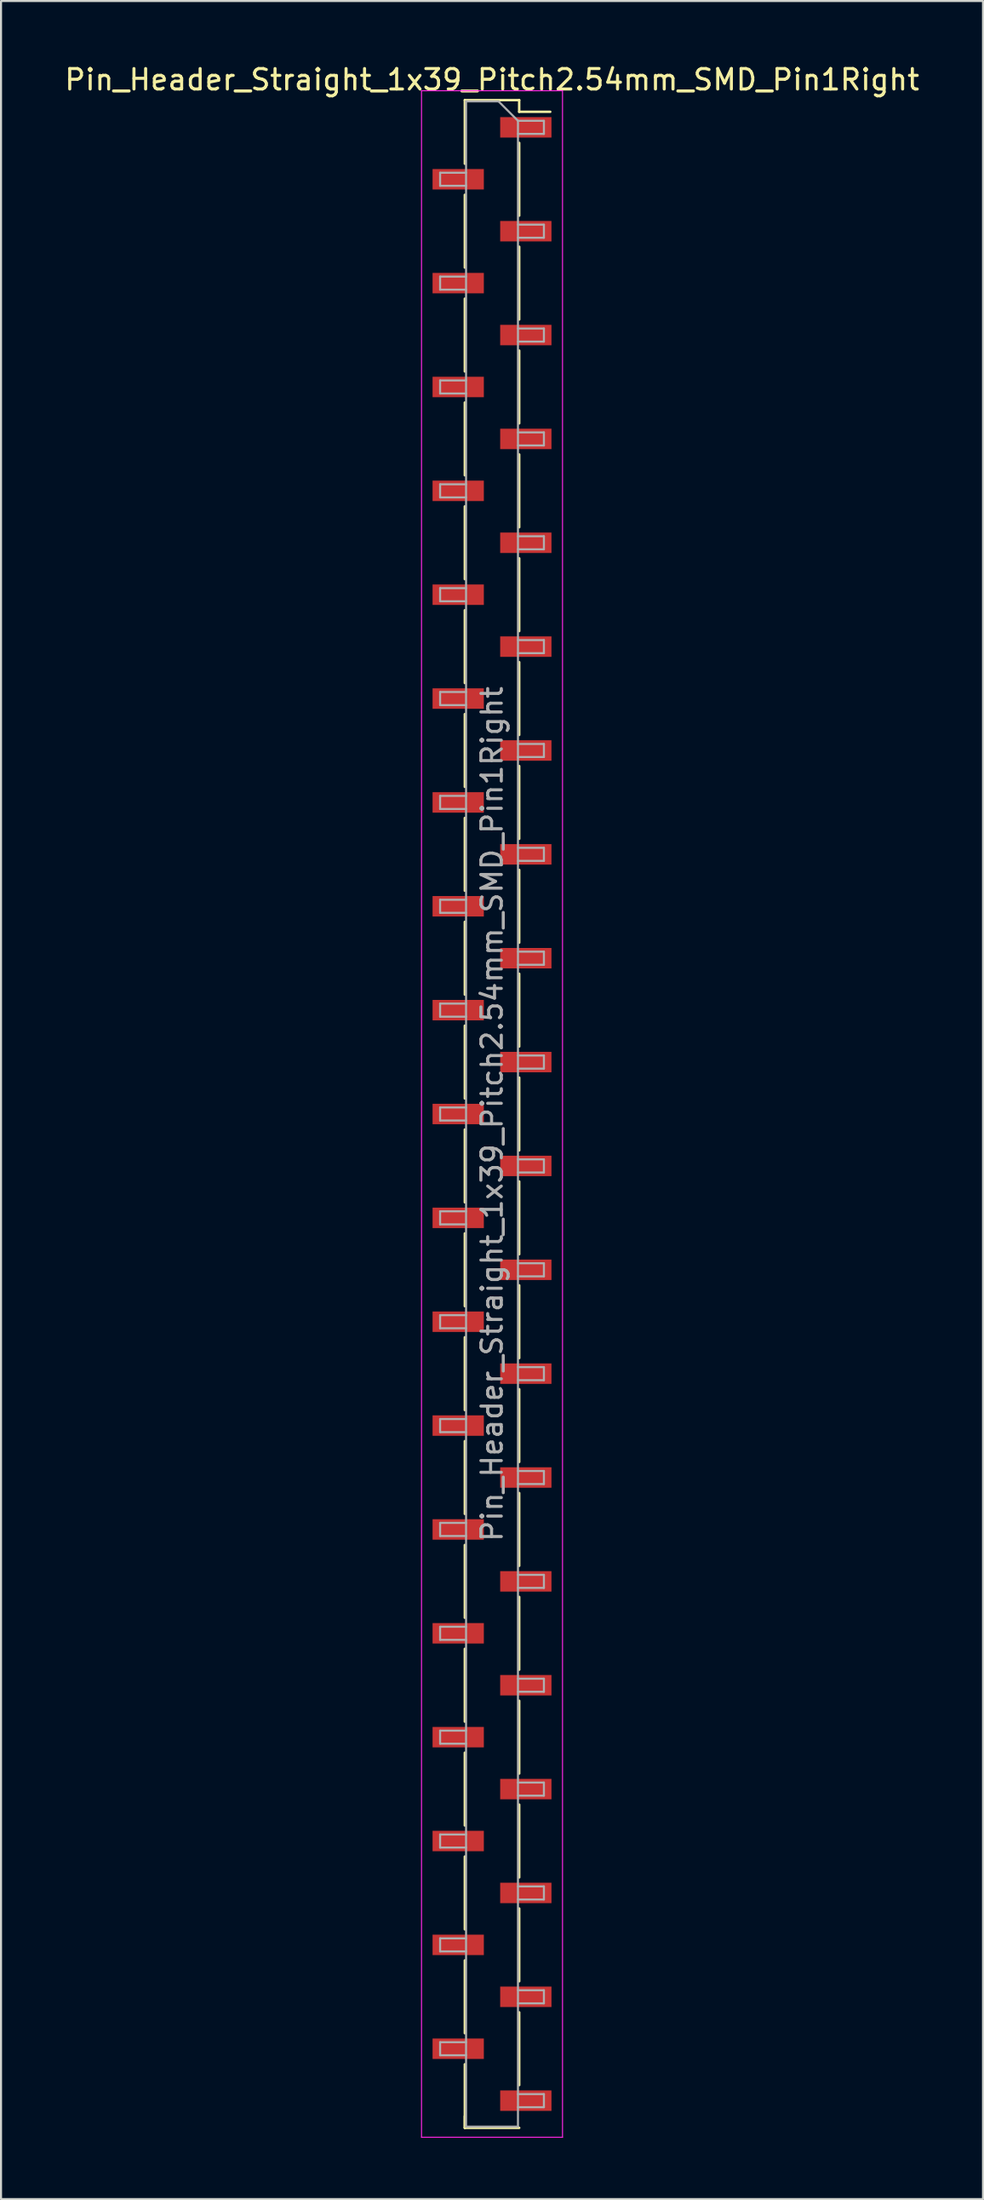
<source format=kicad_pcb>
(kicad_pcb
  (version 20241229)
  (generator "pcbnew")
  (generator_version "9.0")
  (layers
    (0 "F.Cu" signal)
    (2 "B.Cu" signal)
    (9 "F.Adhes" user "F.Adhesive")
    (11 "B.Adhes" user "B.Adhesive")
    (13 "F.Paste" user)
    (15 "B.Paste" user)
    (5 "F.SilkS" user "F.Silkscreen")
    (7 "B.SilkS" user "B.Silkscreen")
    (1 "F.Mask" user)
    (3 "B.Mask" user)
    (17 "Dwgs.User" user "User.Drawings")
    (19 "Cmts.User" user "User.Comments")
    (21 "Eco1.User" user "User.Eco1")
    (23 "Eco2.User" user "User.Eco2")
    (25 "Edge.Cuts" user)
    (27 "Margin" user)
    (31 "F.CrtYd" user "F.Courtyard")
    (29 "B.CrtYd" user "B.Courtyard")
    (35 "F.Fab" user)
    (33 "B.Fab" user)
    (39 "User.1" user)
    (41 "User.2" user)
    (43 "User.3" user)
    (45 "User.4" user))
  (footprint "Pin_Header_Straight_1x39_Pitch2.54mm_SMD_Pin1Right"
    (layer "F.Cu")
    (at 21.03 51.438)
    (property "Reference" "Pin_Header_Straight_1x39_Pitch2.54mm_SMD_Pin1Right" (at 0 -50.59 0) (layer "F.SilkS") (effects (font (size 1 1) (thickness 0.15))))
    (attr smd)
    (fp_line (start -1.33 -49.59) (end -1.33 -46.48) (stroke (width 0.12) (type solid)) (layer "F.SilkS"))
    (fp_line (start -1.33 -49.59) (end 1.33 -49.59) (stroke (width 0.12) (type solid)) (layer "F.SilkS"))
    (fp_line (start -1.33 -44.96) (end -1.33 -41.4) (stroke (width 0.12) (type solid)) (layer "F.SilkS"))
    (fp_line (start -1.33 -39.88) (end -1.33 -36.32) (stroke (width 0.12) (type solid)) (layer "F.SilkS"))
    (fp_line (start -1.33 -34.8) (end -1.33 -31.24) (stroke (width 0.12) (type solid)) (layer "F.SilkS"))
    (fp_line (start -1.33 -29.72) (end -1.33 -26.16) (stroke (width 0.12) (type solid)) (layer "F.SilkS"))
    (fp_line (start -1.33 -24.64) (end -1.33 -21.08) (stroke (width 0.12) (type solid)) (layer "F.SilkS"))
    (fp_line (start -1.33 -19.56) (end -1.33 -16) (stroke (width 0.12) (type solid)) (layer "F.SilkS"))
    (fp_line (start -1.33 -14.48) (end -1.33 -10.92) (stroke (width 0.12) (type solid)) (layer "F.SilkS"))
    (fp_line (start -1.33 -9.4) (end -1.33 -5.84) (stroke (width 0.12) (type solid)) (layer "F.SilkS"))
    (fp_line (start -1.33 -4.32) (end -1.33 -0.76) (stroke (width 0.12) (type solid)) (layer "F.SilkS"))
    (fp_line (start -1.33 0.76) (end -1.33 4.32) (stroke (width 0.12) (type solid)) (layer "F.SilkS"))
    (fp_line (start -1.33 5.84) (end -1.33 9.4) (stroke (width 0.12) (type solid)) (layer "F.SilkS"))
    (fp_line (start -1.33 10.92) (end -1.33 14.48) (stroke (width 0.12) (type solid)) (layer "F.SilkS"))
    (fp_line (start -1.33 16) (end -1.33 19.56) (stroke (width 0.12) (type solid)) (layer "F.SilkS"))
    (fp_line (start -1.33 21.08) (end -1.33 24.64) (stroke (width 0.12) (type solid)) (layer "F.SilkS"))
    (fp_line (start -1.33 26.16) (end -1.33 29.72) (stroke (width 0.12) (type solid)) (layer "F.SilkS"))
    (fp_line (start -1.33 31.24) (end -1.33 34.8) (stroke (width 0.12) (type solid)) (layer "F.SilkS"))
    (fp_line (start -1.33 36.32) (end -1.33 39.88) (stroke (width 0.12) (type solid)) (layer "F.SilkS"))
    (fp_line (start -1.33 41.4) (end -1.33 44.96) (stroke (width 0.12) (type solid)) (layer "F.SilkS"))
    (fp_line (start -1.33 46.48) (end -1.33 49.59) (stroke (width 0.12) (type solid)) (layer "F.SilkS"))
    (fp_line (start -1.33 49.02) (end -1.33 49.59) (stroke (width 0.12) (type solid)) (layer "F.SilkS"))
    (fp_line (start -1.33 49.59) (end 1.33 49.59) (stroke (width 0.12) (type solid)) (layer "F.SilkS"))
    (fp_line (start 1.33 -49.59) (end 1.33 -49.02) (stroke (width 0.12) (type solid)) (layer "F.SilkS"))
    (fp_line (start 1.33 -49.02) (end 2.85 -49.02) (stroke (width 0.12) (type solid)) (layer "F.SilkS"))
    (fp_line (start 1.33 -47.5) (end 1.33 -43.94) (stroke (width 0.12) (type solid)) (layer "F.SilkS"))
    (fp_line (start 1.33 -42.42) (end 1.33 -38.86) (stroke (width 0.12) (type solid)) (layer "F.SilkS"))
    (fp_line (start 1.33 -37.34) (end 1.33 -33.78) (stroke (width 0.12) (type solid)) (layer "F.SilkS"))
    (fp_line (start 1.33 -32.26) (end 1.33 -28.7) (stroke (width 0.12) (type solid)) (layer "F.SilkS"))
    (fp_line (start 1.33 -27.18) (end 1.33 -23.62) (stroke (width 0.12) (type solid)) (layer "F.SilkS"))
    (fp_line (start 1.33 -22.1) (end 1.33 -18.54) (stroke (width 0.12) (type solid)) (layer "F.SilkS"))
    (fp_line (start 1.33 -17.02) (end 1.33 -13.46) (stroke (width 0.12) (type solid)) (layer "F.SilkS"))
    (fp_line (start 1.33 -11.94) (end 1.33 -8.38) (stroke (width 0.12) (type solid)) (layer "F.SilkS"))
    (fp_line (start 1.33 -6.86) (end 1.33 -3.3) (stroke (width 0.12) (type solid)) (layer "F.SilkS"))
    (fp_line (start 1.33 -1.78) (end 1.33 1.78) (stroke (width 0.12) (type solid)) (layer "F.SilkS"))
    (fp_line (start 1.33 3.3) (end 1.33 6.86) (stroke (width 0.12) (type solid)) (layer "F.SilkS"))
    (fp_line (start 1.33 8.38) (end 1.33 11.94) (stroke (width 0.12) (type solid)) (layer "F.SilkS"))
    (fp_line (start 1.33 13.46) (end 1.33 17.02) (stroke (width 0.12) (type solid)) (layer "F.SilkS"))
    (fp_line (start 1.33 18.54) (end 1.33 22.1) (stroke (width 0.12) (type solid)) (layer "F.SilkS"))
    (fp_line (start 1.33 23.62) (end 1.33 27.18) (stroke (width 0.12) (type solid)) (layer "F.SilkS"))
    (fp_line (start 1.33 28.7) (end 1.33 32.26) (stroke (width 0.12) (type solid)) (layer "F.SilkS"))
    (fp_line (start 1.33 33.78) (end 1.33 37.34) (stroke (width 0.12) (type solid)) (layer "F.SilkS"))
    (fp_line (start 1.33 38.86) (end 1.33 42.42) (stroke (width 0.12) (type solid)) (layer "F.SilkS"))
    (fp_line (start 1.33 43.94) (end 1.33 47.5) (stroke (width 0.12) (type solid)) (layer "F.SilkS"))
    (fp_line (start -3.45 -50.05) (end -3.45 50.05) (stroke (width 0.05) (type solid)) (layer "F.CrtYd"))
    (fp_line (start -3.45 50.05) (end 3.45 50.05) (stroke (width 0.05) (type solid)) (layer "F.CrtYd"))
    (fp_line (start 3.45 -50.05) (end -3.45 -50.05) (stroke (width 0.05) (type solid)) (layer "F.CrtYd"))
    (fp_line (start 3.45 50.05) (end 3.45 -50.05) (stroke (width 0.05) (type solid)) (layer "F.CrtYd"))
    (fp_line (start -2.54 -46.04) (end -2.54 -45.4) (stroke (width 0.1) (type solid)) (layer "F.Fab"))
    (fp_line (start -2.54 -45.4) (end -1.27 -45.4) (stroke (width 0.1) (type solid)) (layer "F.Fab"))
    (fp_line (start -2.54 -40.96) (end -2.54 -40.32) (stroke (width 0.1) (type solid)) (layer "F.Fab"))
    (fp_line (start -2.54 -40.32) (end -1.27 -40.32) (stroke (width 0.1) (type solid)) (layer "F.Fab"))
    (fp_line (start -2.54 -35.88) (end -2.54 -35.24) (stroke (width 0.1) (type solid)) (layer "F.Fab"))
    (fp_line (start -2.54 -35.24) (end -1.27 -35.24) (stroke (width 0.1) (type solid)) (layer "F.Fab"))
    (fp_line (start -2.54 -30.8) (end -2.54 -30.16) (stroke (width 0.1) (type solid)) (layer "F.Fab"))
    (fp_line (start -2.54 -30.16) (end -1.27 -30.16) (stroke (width 0.1) (type solid)) (layer "F.Fab"))
    (fp_line (start -2.54 -25.72) (end -2.54 -25.08) (stroke (width 0.1) (type solid)) (layer "F.Fab"))
    (fp_line (start -2.54 -25.08) (end -1.27 -25.08) (stroke (width 0.1) (type solid)) (layer "F.Fab"))
    (fp_line (start -2.54 -20.64) (end -2.54 -20) (stroke (width 0.1) (type solid)) (layer "F.Fab"))
    (fp_line (start -2.54 -20) (end -1.27 -20) (stroke (width 0.1) (type solid)) (layer "F.Fab"))
    (fp_line (start -2.54 -15.56) (end -2.54 -14.92) (stroke (width 0.1) (type solid)) (layer "F.Fab"))
    (fp_line (start -2.54 -14.92) (end -1.27 -14.92) (stroke (width 0.1) (type solid)) (layer "F.Fab"))
    (fp_line (start -2.54 -10.48) (end -2.54 -9.84) (stroke (width 0.1) (type solid)) (layer "F.Fab"))
    (fp_line (start -2.54 -9.84) (end -1.27 -9.84) (stroke (width 0.1) (type solid)) (layer "F.Fab"))
    (fp_line (start -2.54 -5.4) (end -2.54 -4.76) (stroke (width 0.1) (type solid)) (layer "F.Fab"))
    (fp_line (start -2.54 -4.76) (end -1.27 -4.76) (stroke (width 0.1) (type solid)) (layer "F.Fab"))
    (fp_line (start -2.54 -0.32) (end -2.54 0.32) (stroke (width 0.1) (type solid)) (layer "F.Fab"))
    (fp_line (start -2.54 0.32) (end -1.27 0.32) (stroke (width 0.1) (type solid)) (layer "F.Fab"))
    (fp_line (start -2.54 4.76) (end -2.54 5.4) (stroke (width 0.1) (type solid)) (layer "F.Fab"))
    (fp_line (start -2.54 5.4) (end -1.27 5.4) (stroke (width 0.1) (type solid)) (layer "F.Fab"))
    (fp_line (start -2.54 9.84) (end -2.54 10.48) (stroke (width 0.1) (type solid)) (layer "F.Fab"))
    (fp_line (start -2.54 10.48) (end -1.27 10.48) (stroke (width 0.1) (type solid)) (layer "F.Fab"))
    (fp_line (start -2.54 14.92) (end -2.54 15.56) (stroke (width 0.1) (type solid)) (layer "F.Fab"))
    (fp_line (start -2.54 15.56) (end -1.27 15.56) (stroke (width 0.1) (type solid)) (layer "F.Fab"))
    (fp_line (start -2.54 20) (end -2.54 20.64) (stroke (width 0.1) (type solid)) (layer "F.Fab"))
    (fp_line (start -2.54 20.64) (end -1.27 20.64) (stroke (width 0.1) (type solid)) (layer "F.Fab"))
    (fp_line (start -2.54 25.08) (end -2.54 25.72) (stroke (width 0.1) (type solid)) (layer "F.Fab"))
    (fp_line (start -2.54 25.72) (end -1.27 25.72) (stroke (width 0.1) (type solid)) (layer "F.Fab"))
    (fp_line (start -2.54 30.16) (end -2.54 30.8) (stroke (width 0.1) (type solid)) (layer "F.Fab"))
    (fp_line (start -2.54 30.8) (end -1.27 30.8) (stroke (width 0.1) (type solid)) (layer "F.Fab"))
    (fp_line (start -2.54 35.24) (end -2.54 35.88) (stroke (width 0.1) (type solid)) (layer "F.Fab"))
    (fp_line (start -2.54 35.88) (end -1.27 35.88) (stroke (width 0.1) (type solid)) (layer "F.Fab"))
    (fp_line (start -2.54 40.32) (end -2.54 40.96) (stroke (width 0.1) (type solid)) (layer "F.Fab"))
    (fp_line (start -2.54 40.96) (end -1.27 40.96) (stroke (width 0.1) (type solid)) (layer "F.Fab"))
    (fp_line (start -2.54 45.4) (end -2.54 46.04) (stroke (width 0.1) (type solid)) (layer "F.Fab"))
    (fp_line (start -2.54 46.04) (end -1.27 46.04) (stroke (width 0.1) (type solid)) (layer "F.Fab"))
    (fp_line (start -1.27 -49.53) (end -1.27 49.53) (stroke (width 0.1) (type solid)) (layer "F.Fab"))
    (fp_line (start -1.27 -49.53) (end 0.32 -49.53) (stroke (width 0.1) (type solid)) (layer "F.Fab"))
    (fp_line (start -1.27 -46.04) (end -2.54 -46.04) (stroke (width 0.1) (type solid)) (layer "F.Fab"))
    (fp_line (start -1.27 -40.96) (end -2.54 -40.96) (stroke (width 0.1) (type solid)) (layer "F.Fab"))
    (fp_line (start -1.27 -35.88) (end -2.54 -35.88) (stroke (width 0.1) (type solid)) (layer "F.Fab"))
    (fp_line (start -1.27 -30.8) (end -2.54 -30.8) (stroke (width 0.1) (type solid)) (layer "F.Fab"))
    (fp_line (start -1.27 -25.72) (end -2.54 -25.72) (stroke (width 0.1) (type solid)) (layer "F.Fab"))
    (fp_line (start -1.27 -20.64) (end -2.54 -20.64) (stroke (width 0.1) (type solid)) (layer "F.Fab"))
    (fp_line (start -1.27 -15.56) (end -2.54 -15.56) (stroke (width 0.1) (type solid)) (layer "F.Fab"))
    (fp_line (start -1.27 -10.48) (end -2.54 -10.48) (stroke (width 0.1) (type solid)) (layer "F.Fab"))
    (fp_line (start -1.27 -5.4) (end -2.54 -5.4) (stroke (width 0.1) (type solid)) (layer "F.Fab"))
    (fp_line (start -1.27 -0.32) (end -2.54 -0.32) (stroke (width 0.1) (type solid)) (layer "F.Fab"))
    (fp_line (start -1.27 4.76) (end -2.54 4.76) (stroke (width 0.1) (type solid)) (layer "F.Fab"))
    (fp_line (start -1.27 9.84) (end -2.54 9.84) (stroke (width 0.1) (type solid)) (layer "F.Fab"))
    (fp_line (start -1.27 14.92) (end -2.54 14.92) (stroke (width 0.1) (type solid)) (layer "F.Fab"))
    (fp_line (start -1.27 20) (end -2.54 20) (stroke (width 0.1) (type solid)) (layer "F.Fab"))
    (fp_line (start -1.27 25.08) (end -2.54 25.08) (stroke (width 0.1) (type solid)) (layer "F.Fab"))
    (fp_line (start -1.27 30.16) (end -2.54 30.16) (stroke (width 0.1) (type solid)) (layer "F.Fab"))
    (fp_line (start -1.27 35.24) (end -2.54 35.24) (stroke (width 0.1) (type solid)) (layer "F.Fab"))
    (fp_line (start -1.27 40.32) (end -2.54 40.32) (stroke (width 0.1) (type solid)) (layer "F.Fab"))
    (fp_line (start -1.27 45.4) (end -2.54 45.4) (stroke (width 0.1) (type solid)) (layer "F.Fab"))
    (fp_line (start 1.27 -48.58) (end 0.32 -49.53) (stroke (width 0.1) (type solid)) (layer "F.Fab"))
    (fp_line (start 1.27 -48.58) (end 2.54 -48.58) (stroke (width 0.1) (type solid)) (layer "F.Fab"))
    (fp_line (start 1.27 -43.5) (end 2.54 -43.5) (stroke (width 0.1) (type solid)) (layer "F.Fab"))
    (fp_line (start 1.27 -38.42) (end 2.54 -38.42) (stroke (width 0.1) (type solid)) (layer "F.Fab"))
    (fp_line (start 1.27 -33.34) (end 2.54 -33.34) (stroke (width 0.1) (type solid)) (layer "F.Fab"))
    (fp_line (start 1.27 -28.26) (end 2.54 -28.26) (stroke (width 0.1) (type solid)) (layer "F.Fab"))
    (fp_line (start 1.27 -23.18) (end 2.54 -23.18) (stroke (width 0.1) (type solid)) (layer "F.Fab"))
    (fp_line (start 1.27 -18.1) (end 2.54 -18.1) (stroke (width 0.1) (type solid)) (layer "F.Fab"))
    (fp_line (start 1.27 -13.02) (end 2.54 -13.02) (stroke (width 0.1) (type solid)) (layer "F.Fab"))
    (fp_line (start 1.27 -7.94) (end 2.54 -7.94) (stroke (width 0.1) (type solid)) (layer "F.Fab"))
    (fp_line (start 1.27 -2.86) (end 2.54 -2.86) (stroke (width 0.1) (type solid)) (layer "F.Fab"))
    (fp_line (start 1.27 2.22) (end 2.54 2.22) (stroke (width 0.1) (type solid)) (layer "F.Fab"))
    (fp_line (start 1.27 7.3) (end 2.54 7.3) (stroke (width 0.1) (type solid)) (layer "F.Fab"))
    (fp_line (start 1.27 12.38) (end 2.54 12.38) (stroke (width 0.1) (type solid)) (layer "F.Fab"))
    (fp_line (start 1.27 17.46) (end 2.54 17.46) (stroke (width 0.1) (type solid)) (layer "F.Fab"))
    (fp_line (start 1.27 22.54) (end 2.54 22.54) (stroke (width 0.1) (type solid)) (layer "F.Fab"))
    (fp_line (start 1.27 27.62) (end 2.54 27.62) (stroke (width 0.1) (type solid)) (layer "F.Fab"))
    (fp_line (start 1.27 32.7) (end 2.54 32.7) (stroke (width 0.1) (type solid)) (layer "F.Fab"))
    (fp_line (start 1.27 37.78) (end 2.54 37.78) (stroke (width 0.1) (type solid)) (layer "F.Fab"))
    (fp_line (start 1.27 42.86) (end 2.54 42.86) (stroke (width 0.1) (type solid)) (layer "F.Fab"))
    (fp_line (start 1.27 47.94) (end 2.54 47.94) (stroke (width 0.1) (type solid)) (layer "F.Fab"))
    (fp_line (start 1.27 49.53) (end -1.27 49.53) (stroke (width 0.1) (type solid)) (layer "F.Fab"))
    (fp_line (start 1.27 49.53) (end 1.27 -48.58) (stroke (width 0.1) (type solid)) (layer "F.Fab"))
    (fp_line (start 2.54 -48.58) (end 2.54 -47.94) (stroke (width 0.1) (type solid)) (layer "F.Fab"))
    (fp_line (start 2.54 -47.94) (end 1.27 -47.94) (stroke (width 0.1) (type solid)) (layer "F.Fab"))
    (fp_line (start 2.54 -43.5) (end 2.54 -42.86) (stroke (width 0.1) (type solid)) (layer "F.Fab"))
    (fp_line (start 2.54 -42.86) (end 1.27 -42.86) (stroke (width 0.1) (type solid)) (layer "F.Fab"))
    (fp_line (start 2.54 -38.42) (end 2.54 -37.78) (stroke (width 0.1) (type solid)) (layer "F.Fab"))
    (fp_line (start 2.54 -37.78) (end 1.27 -37.78) (stroke (width 0.1) (type solid)) (layer "F.Fab"))
    (fp_line (start 2.54 -33.34) (end 2.54 -32.7) (stroke (width 0.1) (type solid)) (layer "F.Fab"))
    (fp_line (start 2.54 -32.7) (end 1.27 -32.7) (stroke (width 0.1) (type solid)) (layer "F.Fab"))
    (fp_line (start 2.54 -28.26) (end 2.54 -27.62) (stroke (width 0.1) (type solid)) (layer "F.Fab"))
    (fp_line (start 2.54 -27.62) (end 1.27 -27.62) (stroke (width 0.1) (type solid)) (layer "F.Fab"))
    (fp_line (start 2.54 -23.18) (end 2.54 -22.54) (stroke (width 0.1) (type solid)) (layer "F.Fab"))
    (fp_line (start 2.54 -22.54) (end 1.27 -22.54) (stroke (width 0.1) (type solid)) (layer "F.Fab"))
    (fp_line (start 2.54 -18.1) (end 2.54 -17.46) (stroke (width 0.1) (type solid)) (layer "F.Fab"))
    (fp_line (start 2.54 -17.46) (end 1.27 -17.46) (stroke (width 0.1) (type solid)) (layer "F.Fab"))
    (fp_line (start 2.54 -13.02) (end 2.54 -12.38) (stroke (width 0.1) (type solid)) (layer "F.Fab"))
    (fp_line (start 2.54 -12.38) (end 1.27 -12.38) (stroke (width 0.1) (type solid)) (layer "F.Fab"))
    (fp_line (start 2.54 -7.94) (end 2.54 -7.3) (stroke (width 0.1) (type solid)) (layer "F.Fab"))
    (fp_line (start 2.54 -7.3) (end 1.27 -7.3) (stroke (width 0.1) (type solid)) (layer "F.Fab"))
    (fp_line (start 2.54 -2.86) (end 2.54 -2.22) (stroke (width 0.1) (type solid)) (layer "F.Fab"))
    (fp_line (start 2.54 -2.22) (end 1.27 -2.22) (stroke (width 0.1) (type solid)) (layer "F.Fab"))
    (fp_line (start 2.54 2.22) (end 2.54 2.86) (stroke (width 0.1) (type solid)) (layer "F.Fab"))
    (fp_line (start 2.54 2.86) (end 1.27 2.86) (stroke (width 0.1) (type solid)) (layer "F.Fab"))
    (fp_line (start 2.54 7.3) (end 2.54 7.94) (stroke (width 0.1) (type solid)) (layer "F.Fab"))
    (fp_line (start 2.54 7.94) (end 1.27 7.94) (stroke (width 0.1) (type solid)) (layer "F.Fab"))
    (fp_line (start 2.54 12.38) (end 2.54 13.02) (stroke (width 0.1) (type solid)) (layer "F.Fab"))
    (fp_line (start 2.54 13.02) (end 1.27 13.02) (stroke (width 0.1) (type solid)) (layer "F.Fab"))
    (fp_line (start 2.54 17.46) (end 2.54 18.1) (stroke (width 0.1) (type solid)) (layer "F.Fab"))
    (fp_line (start 2.54 18.1) (end 1.27 18.1) (stroke (width 0.1) (type solid)) (layer "F.Fab"))
    (fp_line (start 2.54 22.54) (end 2.54 23.18) (stroke (width 0.1) (type solid)) (layer "F.Fab"))
    (fp_line (start 2.54 23.18) (end 1.27 23.18) (stroke (width 0.1) (type solid)) (layer "F.Fab"))
    (fp_line (start 2.54 27.62) (end 2.54 28.26) (stroke (width 0.1) (type solid)) (layer "F.Fab"))
    (fp_line (start 2.54 28.26) (end 1.27 28.26) (stroke (width 0.1) (type solid)) (layer "F.Fab"))
    (fp_line (start 2.54 32.7) (end 2.54 33.34) (stroke (width 0.1) (type solid)) (layer "F.Fab"))
    (fp_line (start 2.54 33.34) (end 1.27 33.34) (stroke (width 0.1) (type solid)) (layer "F.Fab"))
    (fp_line (start 2.54 37.78) (end 2.54 38.42) (stroke (width 0.1) (type solid)) (layer "F.Fab"))
    (fp_line (start 2.54 38.42) (end 1.27 38.42) (stroke (width 0.1) (type solid)) (layer "F.Fab"))
    (fp_line (start 2.54 42.86) (end 2.54 43.5) (stroke (width 0.1) (type solid)) (layer "F.Fab"))
    (fp_line (start 2.54 43.5) (end 1.27 43.5) (stroke (width 0.1) (type solid)) (layer "F.Fab"))
    (fp_line (start 2.54 47.94) (end 2.54 48.58) (stroke (width 0.1) (type solid)) (layer "F.Fab"))
    (fp_line (start 2.54 48.58) (end 1.27 48.58) (stroke (width 0.1) (type solid)) (layer "F.Fab"))
    (fp_text user "${REFERENCE}" (at 0 0 90) (layer "F.Fab") (effects (font (size 1 1) (thickness 0.15))))
    (pad "1" smd rect (at 1.655 -48.26) (size 2.51 1) (layers "F.Cu" "F.Mask" "F.Paste"))
    (pad "2" smd rect (at -1.655 -45.72) (size 2.51 1) (layers "F.Cu" "F.Mask" "F.Paste"))
    (pad "3" smd rect (at 1.655 -43.18) (size 2.51 1) (layers "F.Cu" "F.Mask" "F.Paste"))
    (pad "4" smd rect (at -1.655 -40.64) (size 2.51 1) (layers "F.Cu" "F.Mask" "F.Paste"))
    (pad "5" smd rect (at 1.655 -38.1) (size 2.51 1) (layers "F.Cu" "F.Mask" "F.Paste"))
    (pad "6" smd rect (at -1.655 -35.56) (size 2.51 1) (layers "F.Cu" "F.Mask" "F.Paste"))
    (pad "7" smd rect (at 1.655 -33.02) (size 2.51 1) (layers "F.Cu" "F.Mask" "F.Paste"))
    (pad "8" smd rect (at -1.655 -30.48) (size 2.51 1) (layers "F.Cu" "F.Mask" "F.Paste"))
    (pad "9" smd rect (at 1.655 -27.94) (size 2.51 1) (layers "F.Cu" "F.Mask" "F.Paste"))
    (pad "10" smd rect (at -1.655 -25.4) (size 2.51 1) (layers "F.Cu" "F.Mask" "F.Paste"))
    (pad "11" smd rect (at 1.655 -22.86) (size 2.51 1) (layers "F.Cu" "F.Mask" "F.Paste"))
    (pad "12" smd rect (at -1.655 -20.32) (size 2.51 1) (layers "F.Cu" "F.Mask" "F.Paste"))
    (pad "13" smd rect (at 1.655 -17.78) (size 2.51 1) (layers "F.Cu" "F.Mask" "F.Paste"))
    (pad "14" smd rect (at -1.655 -15.24) (size 2.51 1) (layers "F.Cu" "F.Mask" "F.Paste"))
    (pad "15" smd rect (at 1.655 -12.7) (size 2.51 1) (layers "F.Cu" "F.Mask" "F.Paste"))
    (pad "16" smd rect (at -1.655 -10.16) (size 2.51 1) (layers "F.Cu" "F.Mask" "F.Paste"))
    (pad "17" smd rect (at 1.655 -7.62) (size 2.51 1) (layers "F.Cu" "F.Mask" "F.Paste"))
    (pad "18" smd rect (at -1.655 -5.08) (size 2.51 1) (layers "F.Cu" "F.Mask" "F.Paste"))
    (pad "19" smd rect (at 1.655 -2.54) (size 2.51 1) (layers "F.Cu" "F.Mask" "F.Paste"))
    (pad "20" smd rect (at -1.655 0) (size 2.51 1) (layers "F.Cu" "F.Mask" "F.Paste"))
    (pad "21" smd rect (at 1.655 2.54) (size 2.51 1) (layers "F.Cu" "F.Mask" "F.Paste"))
    (pad "22" smd rect (at -1.655 5.08) (size 2.51 1) (layers "F.Cu" "F.Mask" "F.Paste"))
    (pad "23" smd rect (at 1.655 7.62) (size 2.51 1) (layers "F.Cu" "F.Mask" "F.Paste"))
    (pad "24" smd rect (at -1.655 10.16) (size 2.51 1) (layers "F.Cu" "F.Mask" "F.Paste"))
    (pad "25" smd rect (at 1.655 12.7) (size 2.51 1) (layers "F.Cu" "F.Mask" "F.Paste"))
    (pad "26" smd rect (at -1.655 15.24) (size 2.51 1) (layers "F.Cu" "F.Mask" "F.Paste"))
    (pad "27" smd rect (at 1.655 17.78) (size 2.51 1) (layers "F.Cu" "F.Mask" "F.Paste"))
    (pad "28" smd rect (at -1.655 20.32) (size 2.51 1) (layers "F.Cu" "F.Mask" "F.Paste"))
    (pad "29" smd rect (at 1.655 22.86) (size 2.51 1) (layers "F.Cu" "F.Mask" "F.Paste"))
    (pad "30" smd rect (at -1.655 25.4) (size 2.51 1) (layers "F.Cu" "F.Mask" "F.Paste"))
    (pad "31" smd rect (at 1.655 27.94) (size 2.51 1) (layers "F.Cu" "F.Mask" "F.Paste"))
    (pad "32" smd rect (at -1.655 30.48) (size 2.51 1) (layers "F.Cu" "F.Mask" "F.Paste"))
    (pad "33" smd rect (at 1.655 33.02) (size 2.51 1) (layers "F.Cu" "F.Mask" "F.Paste"))
    (pad "34" smd rect (at -1.655 35.56) (size 2.51 1) (layers "F.Cu" "F.Mask" "F.Paste"))
    (pad "35" smd rect (at 1.655 38.1) (size 2.51 1) (layers "F.Cu" "F.Mask" "F.Paste"))
    (pad "36" smd rect (at -1.655 40.64) (size 2.51 1) (layers "F.Cu" "F.Mask" "F.Paste"))
    (pad "37" smd rect (at 1.655 43.18) (size 2.51 1) (layers "F.Cu" "F.Mask" "F.Paste"))
    (pad "38" smd rect (at -1.655 45.72) (size 2.51 1) (layers "F.Cu" "F.Mask" "F.Paste"))
    (pad "39" smd rect (at 1.655 48.26) (size 2.51 1) (layers "F.Cu" "F.Mask" "F.Paste")))
  (gr_rect
    (start -3 -3)
    (end 45.06 104.513)
    (stroke (width 0.1) (type default))
    (fill no)
    (layer "Edge.Cuts")))
</source>
